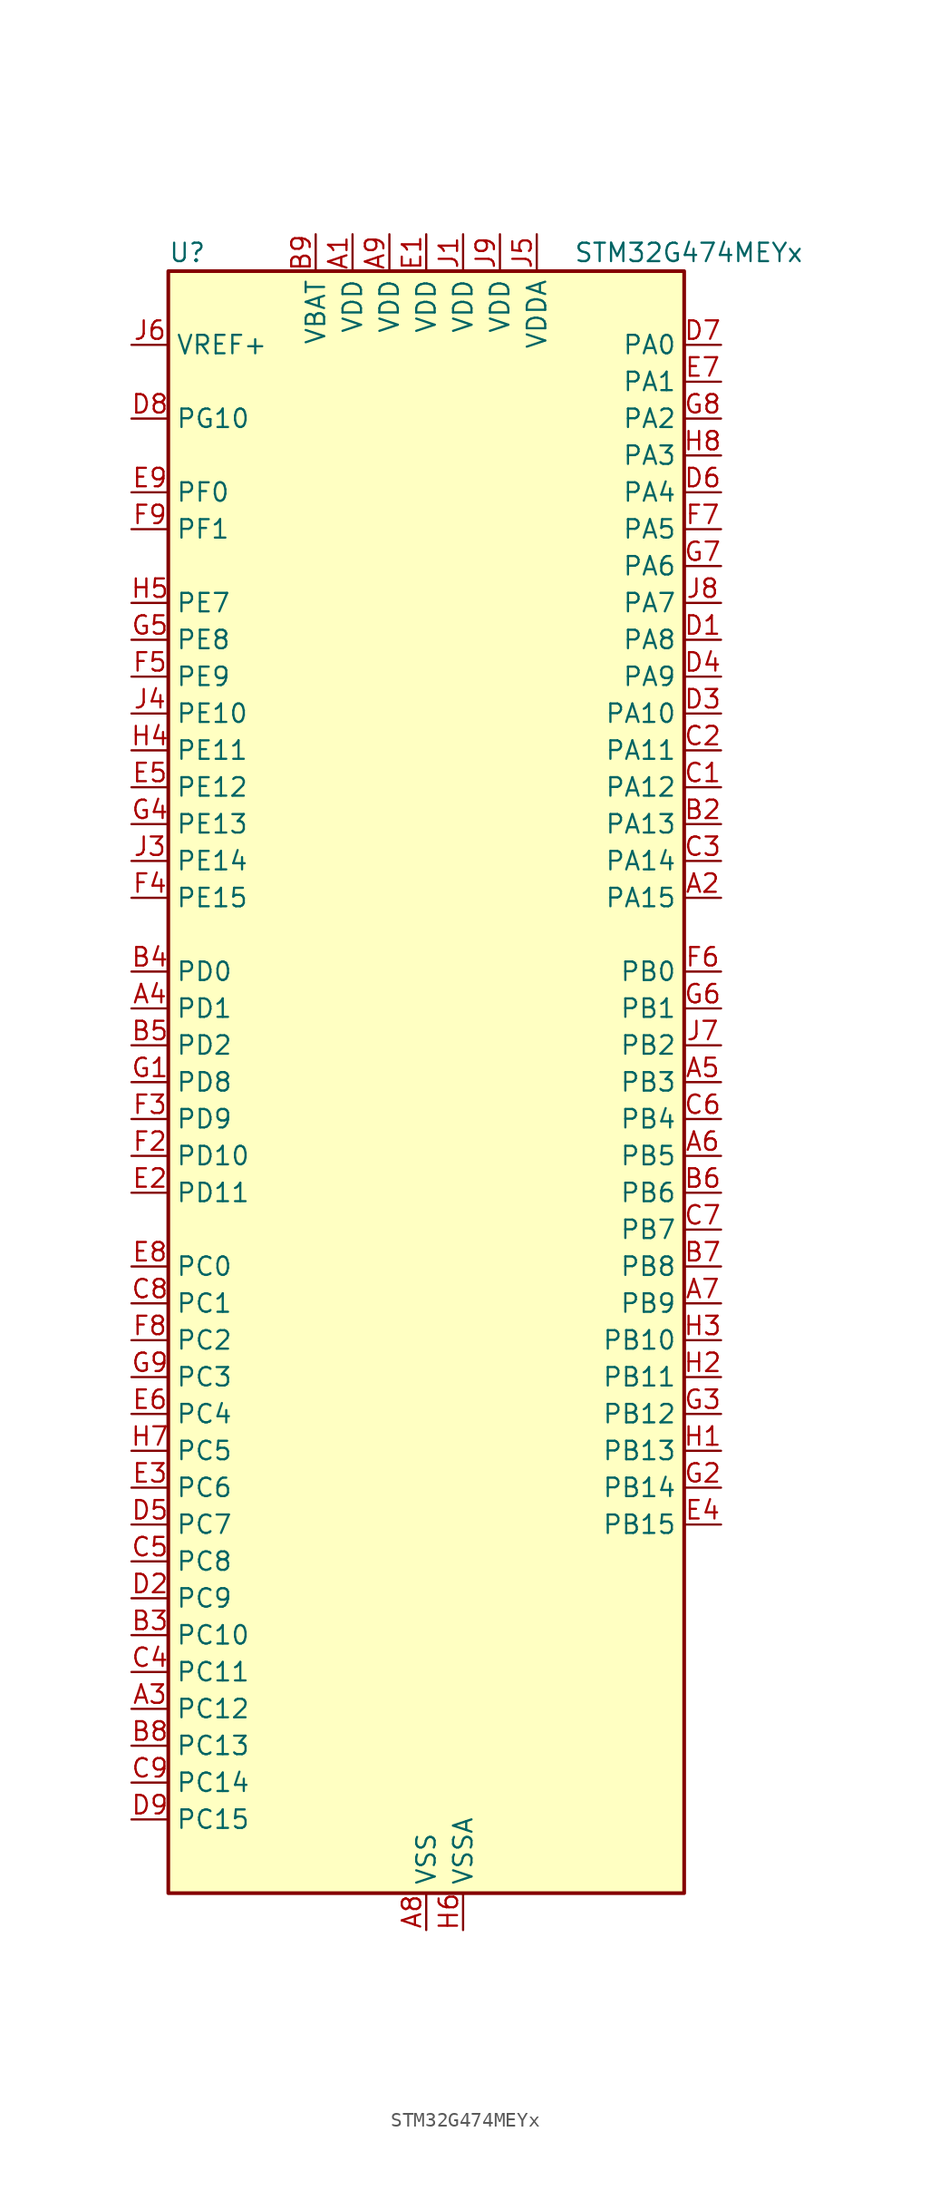
<source format=kicad_sym>
(kicad_symbol_lib
  (version 20241209)
  (generator "kicad_symbol_editor")
  (generator_version "9.0")
  (symbol "STM32G474MEYx"
    (property "Reference" "U"
      (at -17.78 57.15 0)
      (effects (font (size 1.27 1.27)) (justify left)))
    (property "Value" "STM32G474MEYx"
      (at 10.16 57.15 0)
      (effects (font (size 1.27 1.27)) (justify left)))
    (symbol "STM32G474MEYx_0_1"
      (rectangle (start -17.78 -55.88) (end 17.78 55.88) (stroke (width 0.254) (type default)) (fill (type background))))
    (symbol "STM32G474MEYx_1_1"
      (pin input line (at -20.32 50.8 0) (length 2.54) (name "VREF+" (effects (font (size 1.27 1.27)))) (number "J6" (effects (font (size 1.27 1.27)))) (alternate "VREFBUF_OUT" bidirectional line))
      (pin bidirectional line (at -20.32 45.72 0) (length 2.54) (name "PG10" (effects (font (size 1.27 1.27)))) (number "D8" (effects (font (size 1.27 1.27)))) (alternate "DAC1_EXTI10" bidirectional line) (alternate "DAC2_EXTI10" bidirectional line) (alternate "DAC3_EXTI10" bidirectional line) (alternate "DAC4_EXTI10" bidirectional line) (alternate "RCC_MCO" bidirectional line))
      (pin bidirectional line (at -20.32 40.64 0) (length 2.54) (name "PF0" (effects (font (size 1.27 1.27)))) (number "E9" (effects (font (size 1.27 1.27)))) (alternate "ADC1_IN10" bidirectional line) (alternate "I2C2_SDA" bidirectional line) (alternate "I2S2_WS" bidirectional line) (alternate "RCC_OSC_IN" bidirectional line) (alternate "SPI2_NSS" bidirectional line) (alternate "TIM1_CH3N" bidirectional line))
      (pin bidirectional line (at -20.32 38.1 0) (length 2.54) (name "PF1" (effects (font (size 1.27 1.27)))) (number "F9" (effects (font (size 1.27 1.27)))) (alternate "ADC2_IN10" bidirectional line) (alternate "COMP3_INM" bidirectional line) (alternate "I2S2_CK" bidirectional line) (alternate "RCC_OSC_OUT" bidirectional line) (alternate "SPI2_SCK" bidirectional line))
      (pin bidirectional line (at -20.32 33.02 0) (length 2.54) (name "PE7" (effects (font (size 1.27 1.27)))) (number "H5" (effects (font (size 1.27 1.27)))) (alternate "ADC3_IN4" bidirectional line) (alternate "COMP4_INP" bidirectional line) (alternate "SAI1_SD_B" bidirectional line) (alternate "TIM1_ETR" bidirectional line))
      (pin bidirectional line (at -20.32 30.48 0) (length 2.54) (name "PE8" (effects (font (size 1.27 1.27)))) (number "G5" (effects (font (size 1.27 1.27)))) (alternate "ADC3_IN6" bidirectional line) (alternate "ADC4_IN6" bidirectional line) (alternate "ADC5_IN6" bidirectional line) (alternate "COMP4_INM" bidirectional line) (alternate "SAI1_SCK_B" bidirectional line) (alternate "TIM1_CH1N" bidirectional line) (alternate "TIM5_CH3" bidirectional line))
      (pin bidirectional line (at -20.32 27.94 0) (length 2.54) (name "PE9" (effects (font (size 1.27 1.27)))) (number "F5" (effects (font (size 1.27 1.27)))) (alternate "ADC3_IN2" bidirectional line) (alternate "DAC1_EXTI9" bidirectional line) (alternate "DAC2_EXTI9" bidirectional line) (alternate "DAC3_EXTI9" bidirectional line) (alternate "DAC4_EXTI9" bidirectional line) (alternate "SAI1_FS_B" bidirectional line) (alternate "TIM1_CH1" bidirectional line) (alternate "TIM5_CH4" bidirectional line))
      (pin bidirectional line (at -20.32 25.4 0) (length 2.54) (name "PE10" (effects (font (size 1.27 1.27)))) (number "J4" (effects (font (size 1.27 1.27)))) (alternate "ADC3_IN14" bidirectional line) (alternate "ADC4_IN14" bidirectional line) (alternate "ADC5_IN14" bidirectional line) (alternate "DAC1_EXTI10" bidirectional line) (alternate "DAC2_EXTI10" bidirectional line) (alternate "DAC3_EXTI10" bidirectional line) (alternate "DAC4_EXTI10" bidirectional line) (alternate "QUADSPI1_CLK" bidirectional line) (alternate "SAI1_MCLK_B" bidirectional line) (alternate "TIM1_CH2N" bidirectional line))
      (pin bidirectional line (at -20.32 22.86 0) (length 2.54) (name "PE11" (effects (font (size 1.27 1.27)))) (number "H4" (effects (font (size 1.27 1.27)))) (alternate "ADC1_EXTI11" bidirectional line) (alternate "ADC2_EXTI11" bidirectional line) (alternate "ADC3_IN15" bidirectional line) (alternate "ADC4_IN15" bidirectional line) (alternate "ADC5_IN15" bidirectional line) (alternate "QUADSPI1_BK1_NCS" bidirectional line) (alternate "SPI4_NSS" bidirectional line) (alternate "TIM1_CH2" bidirectional line))
      (pin bidirectional line (at -20.32 20.32 0) (length 2.54) (name "PE12" (effects (font (size 1.27 1.27)))) (number "E5" (effects (font (size 1.27 1.27)))) (alternate "ADC3_IN16" bidirectional line) (alternate "ADC4_IN16" bidirectional line) (alternate "ADC5_IN16" bidirectional line) (alternate "QUADSPI1_BK1_IO0" bidirectional line) (alternate "SPI4_SCK" bidirectional line) (alternate "TIM1_CH3N" bidirectional line))
      (pin bidirectional line (at -20.32 17.78 0) (length 2.54) (name "PE13" (effects (font (size 1.27 1.27)))) (number "G4" (effects (font (size 1.27 1.27)))) (alternate "ADC3_IN3" bidirectional line) (alternate "QUADSPI1_BK1_IO1" bidirectional line) (alternate "SPI4_MISO" bidirectional line) (alternate "TIM1_CH3" bidirectional line))
      (pin bidirectional line (at -20.32 15.24 0) (length 2.54) (name "PE14" (effects (font (size 1.27 1.27)))) (number "J3" (effects (font (size 1.27 1.27)))) (alternate "ADC4_IN1" bidirectional line) (alternate "QUADSPI1_BK1_IO2" bidirectional line) (alternate "SPI4_MOSI" bidirectional line) (alternate "TIM1_BKIN2" bidirectional line) (alternate "TIM1_CH4" bidirectional line))
      (pin bidirectional line (at -20.32 12.7 0) (length 2.54) (name "PE15" (effects (font (size 1.27 1.27)))) (number "F4" (effects (font (size 1.27 1.27)))) (alternate "ADC1_EXTI15" bidirectional line) (alternate "ADC2_EXTI15" bidirectional line) (alternate "ADC4_IN2" bidirectional line) (alternate "QUADSPI1_BK1_IO3" bidirectional line) (alternate "TIM1_BKIN" bidirectional line) (alternate "TIM1_CH4N" bidirectional line) (alternate "USART3_RX" bidirectional line))
      (pin bidirectional line (at -20.32 7.62 0) (length 2.54) (name "PD0" (effects (font (size 1.27 1.27)))) (number "B4" (effects (font (size 1.27 1.27)))) (alternate "FDCAN1_RX" bidirectional line) (alternate "TIM8_CH4N" bidirectional line))
      (pin bidirectional line (at -20.32 5.08 0) (length 2.54) (name "PD1" (effects (font (size 1.27 1.27)))) (number "A4" (effects (font (size 1.27 1.27)))) (alternate "FDCAN1_TX" bidirectional line) (alternate "TIM8_BKIN2" bidirectional line) (alternate "TIM8_CH4" bidirectional line))
      (pin bidirectional line (at -20.32 2.54 0) (length 2.54) (name "PD2" (effects (font (size 1.27 1.27)))) (number "B5" (effects (font (size 1.27 1.27)))) (alternate "ADC3_EXTI2" bidirectional line) (alternate "ADC4_EXTI2" bidirectional line) (alternate "ADC5_EXTI2" bidirectional line) (alternate "TIM3_ETR" bidirectional line) (alternate "TIM8_BKIN" bidirectional line) (alternate "UART5_RX" bidirectional line))
      (pin bidirectional line (at -20.32 0 0) (length 2.54) (name "PD8" (effects (font (size 1.27 1.27)))) (number "G1" (effects (font (size 1.27 1.27)))) (alternate "ADC4_IN12" bidirectional line) (alternate "ADC5_IN12" bidirectional line) (alternate "OPAMP4_VINM" bidirectional line) (alternate "OPAMP4_VINM1" bidirectional line) (alternate "OPAMP4_VINM_SEC" bidirectional line) (alternate "USART3_TX" bidirectional line))
      (pin bidirectional line (at -20.32 -2.54 0) (length 2.54) (name "PD9" (effects (font (size 1.27 1.27)))) (number "F3" (effects (font (size 1.27 1.27)))) (alternate "ADC4_IN13" bidirectional line) (alternate "ADC5_IN13" bidirectional line) (alternate "DAC1_EXTI9" bidirectional line) (alternate "DAC2_EXTI9" bidirectional line) (alternate "DAC3_EXTI9" bidirectional line) (alternate "DAC4_EXTI9" bidirectional line) (alternate "OPAMP6_VINP" bidirectional line) (alternate "OPAMP6_VINP_SEC" bidirectional line) (alternate "USART3_RX" bidirectional line))
      (pin bidirectional line (at -20.32 -5.08 0) (length 2.54) (name "PD10" (effects (font (size 1.27 1.27)))) (number "F2" (effects (font (size 1.27 1.27)))) (alternate "ADC3_IN7" bidirectional line) (alternate "ADC4_IN7" bidirectional line) (alternate "ADC5_IN7" bidirectional line) (alternate "COMP6_INM" bidirectional line) (alternate "DAC1_EXTI10" bidirectional line) (alternate "DAC2_EXTI10" bidirectional line) (alternate "DAC3_EXTI10" bidirectional line) (alternate "DAC4_EXTI10" bidirectional line) (alternate "USART3_CK" bidirectional line))
      (pin bidirectional line (at -20.32 -7.62 0) (length 2.54) (name "PD11" (effects (font (size 1.27 1.27)))) (number "E2" (effects (font (size 1.27 1.27)))) (alternate "ADC1_EXTI11" bidirectional line) (alternate "ADC2_EXTI11" bidirectional line) (alternate "ADC3_IN8" bidirectional line) (alternate "ADC4_IN8" bidirectional line) (alternate "ADC5_IN8" bidirectional line) (alternate "COMP6_INP" bidirectional line) (alternate "I2C4_SMBA" bidirectional line) (alternate "OPAMP4_VINP" bidirectional line) (alternate "OPAMP4_VINP_SEC" bidirectional line) (alternate "TIM5_ETR" bidirectional line) (alternate "USART3_CTS" bidirectional line) (alternate "USART3_NSS" bidirectional line))
      (pin bidirectional line (at -20.32 -12.7 0) (length 2.54) (name "PC0" (effects (font (size 1.27 1.27)))) (number "E8" (effects (font (size 1.27 1.27)))) (alternate "ADC1_IN6" bidirectional line) (alternate "ADC2_IN6" bidirectional line) (alternate "COMP3_INM" bidirectional line) (alternate "LPTIM1_IN1" bidirectional line) (alternate "LPUART1_RX" bidirectional line) (alternate "TIM1_CH1" bidirectional line))
      (pin bidirectional line (at -20.32 -15.24 0) (length 2.54) (name "PC1" (effects (font (size 1.27 1.27)))) (number "C8" (effects (font (size 1.27 1.27)))) (alternate "ADC1_IN7" bidirectional line) (alternate "ADC2_IN7" bidirectional line) (alternate "COMP3_INP" bidirectional line) (alternate "LPTIM1_OUT" bidirectional line) (alternate "LPUART1_TX" bidirectional line) (alternate "QUADSPI1_BK2_IO0" bidirectional line) (alternate "SAI1_SD_A" bidirectional line) (alternate "TIM1_CH2" bidirectional line))
      (pin bidirectional line (at -20.32 -17.78 0) (length 2.54) (name "PC2" (effects (font (size 1.27 1.27)))) (number "F8" (effects (font (size 1.27 1.27)))) (alternate "ADC1_IN8" bidirectional line) (alternate "ADC2_IN8" bidirectional line) (alternate "ADC3_EXTI2" bidirectional line) (alternate "ADC4_EXTI2" bidirectional line) (alternate "ADC5_EXTI2" bidirectional line) (alternate "COMP3_OUT" bidirectional line) (alternate "LPTIM1_IN2" bidirectional line) (alternate "QUADSPI1_BK2_IO1" bidirectional line) (alternate "TIM1_CH3" bidirectional line) (alternate "TIM20_CH2" bidirectional line))
      (pin bidirectional line (at -20.32 -20.32 0) (length 2.54) (name "PC3" (effects (font (size 1.27 1.27)))) (number "G9" (effects (font (size 1.27 1.27)))) (alternate "ADC1_IN9" bidirectional line) (alternate "ADC2_IN9" bidirectional line) (alternate "ADC3_EXTI3" bidirectional line) (alternate "ADC4_EXTI3" bidirectional line) (alternate "ADC5_EXTI3" bidirectional line) (alternate "LPTIM1_ETR" bidirectional line) (alternate "OPAMP5_VINP" bidirectional line) (alternate "OPAMP5_VINP_SEC" bidirectional line) (alternate "QUADSPI1_BK2_IO2" bidirectional line) (alternate "SAI1_D1" bidirectional line) (alternate "SAI1_SD_A" bidirectional line) (alternate "TIM1_BKIN2" bidirectional line) (alternate "TIM1_CH4" bidirectional line))
      (pin bidirectional line (at -20.32 -22.86 0) (length 2.54) (name "PC4" (effects (font (size 1.27 1.27)))) (number "E6" (effects (font (size 1.27 1.27)))) (alternate "ADC2_IN5" bidirectional line) (alternate "I2C2_SCL" bidirectional line) (alternate "QUADSPI1_BK2_IO3" bidirectional line) (alternate "TIM1_ETR" bidirectional line) (alternate "USART1_TX" bidirectional line))
      (pin bidirectional line (at -20.32 -25.4 0) (length 2.54) (name "PC5" (effects (font (size 1.27 1.27)))) (number "H7" (effects (font (size 1.27 1.27)))) (alternate "ADC2_IN11" bidirectional line) (alternate "HRTIM1_EEV10" bidirectional line) (alternate "OPAMP1_VINM" bidirectional line) (alternate "OPAMP1_VINM1" bidirectional line) (alternate "OPAMP1_VINM_SEC" bidirectional line) (alternate "OPAMP2_VINM" bidirectional line) (alternate "OPAMP2_VINM1" bidirectional line) (alternate "OPAMP2_VINM_SEC" bidirectional line) (alternate "SAI1_D3" bidirectional line) (alternate "SYS_WKUP5" bidirectional line) (alternate "TIM15_BKIN" bidirectional line) (alternate "TIM1_CH4N" bidirectional line) (alternate "USART1_RX" bidirectional line))
      (pin bidirectional line (at -20.32 -27.94 0) (length 2.54) (name "PC6" (effects (font (size 1.27 1.27)))) (number "E3" (effects (font (size 1.27 1.27)))) (alternate "COMP6_OUT" bidirectional line) (alternate "HRTIM1_CHF1" bidirectional line) (alternate "HRTIM1_EEV10" bidirectional line) (alternate "I2C4_SCL" bidirectional line) (alternate "I2S2_MCK" bidirectional line) (alternate "TIM3_CH1" bidirectional line) (alternate "TIM8_CH1" bidirectional line))
      (pin bidirectional line (at -20.32 -30.48 0) (length 2.54) (name "PC7" (effects (font (size 1.27 1.27)))) (number "D5" (effects (font (size 1.27 1.27)))) (alternate "COMP5_OUT" bidirectional line) (alternate "HRTIM1_CHF2" bidirectional line) (alternate "HRTIM1_FLT5" bidirectional line) (alternate "I2C4_SDA" bidirectional line) (alternate "I2S3_MCK" bidirectional line) (alternate "TIM3_CH2" bidirectional line) (alternate "TIM8_CH2" bidirectional line))
      (pin bidirectional line (at -20.32 -33.02 0) (length 2.54) (name "PC8" (effects (font (size 1.27 1.27)))) (number "C5" (effects (font (size 1.27 1.27)))) (alternate "COMP7_OUT" bidirectional line) (alternate "HRTIM1_CHE1" bidirectional line) (alternate "I2C3_SCL" bidirectional line) (alternate "TIM20_CH3" bidirectional line) (alternate "TIM3_CH3" bidirectional line) (alternate "TIM8_CH3" bidirectional line))
      (pin bidirectional line (at -20.32 -35.56 0) (length 2.54) (name "PC9" (effects (font (size 1.27 1.27)))) (number "D2" (effects (font (size 1.27 1.27)))) (alternate "DAC1_EXTI9" bidirectional line) (alternate "DAC2_EXTI9" bidirectional line) (alternate "DAC3_EXTI9" bidirectional line) (alternate "DAC4_EXTI9" bidirectional line) (alternate "HRTIM1_CHE2" bidirectional line) (alternate "I2C3_SDA" bidirectional line) (alternate "I2S_CKIN" bidirectional line) (alternate "TIM3_CH4" bidirectional line) (alternate "TIM8_BKIN2" bidirectional line) (alternate "TIM8_CH4" bidirectional line))
      (pin bidirectional line (at -20.32 -38.1 0) (length 2.54) (name "PC10" (effects (font (size 1.27 1.27)))) (number "B3" (effects (font (size 1.27 1.27)))) (alternate "DAC1_EXTI10" bidirectional line) (alternate "DAC2_EXTI10" bidirectional line) (alternate "DAC3_EXTI10" bidirectional line) (alternate "DAC4_EXTI10" bidirectional line) (alternate "HRTIM1_FLT6" bidirectional line) (alternate "I2S3_CK" bidirectional line) (alternate "SPI3_SCK" bidirectional line) (alternate "TIM8_CH1N" bidirectional line) (alternate "UART4_TX" bidirectional line) (alternate "USART3_TX" bidirectional line))
      (pin bidirectional line (at -20.32 -40.64 0) (length 2.54) (name "PC11" (effects (font (size 1.27 1.27)))) (number "C4" (effects (font (size 1.27 1.27)))) (alternate "ADC1_EXTI11" bidirectional line) (alternate "ADC2_EXTI11" bidirectional line) (alternate "HRTIM1_EEV2" bidirectional line) (alternate "I2C3_SDA" bidirectional line) (alternate "SPI3_MISO" bidirectional line) (alternate "TIM8_CH2N" bidirectional line) (alternate "UART4_RX" bidirectional line) (alternate "USART3_RX" bidirectional line))
      (pin bidirectional line (at -20.32 -43.18 0) (length 2.54) (name "PC12" (effects (font (size 1.27 1.27)))) (number "A3" (effects (font (size 1.27 1.27)))) (alternate "HRTIM1_EEV1" bidirectional line) (alternate "I2S3_SD" bidirectional line) (alternate "SPI3_MOSI" bidirectional line) (alternate "TIM5_CH2" bidirectional line) (alternate "TIM8_CH3N" bidirectional line) (alternate "UART5_TX" bidirectional line) (alternate "UCPD1_FRSTX1" bidirectional line) (alternate "UCPD1_FRSTX2" bidirectional line) (alternate "USART3_CK" bidirectional line))
      (pin bidirectional line (at -20.32 -45.72 0) (length 2.54) (name "PC13" (effects (font (size 1.27 1.27)))) (number "B8" (effects (font (size 1.27 1.27)))) (alternate "RTC_OUT1" bidirectional line) (alternate "RTC_TAMP1" bidirectional line) (alternate "RTC_TS" bidirectional line) (alternate "SYS_WKUP2" bidirectional line) (alternate "TIM1_BKIN" bidirectional line) (alternate "TIM1_CH1N" bidirectional line) (alternate "TIM8_CH4N" bidirectional line))
      (pin bidirectional line (at -20.32 -48.26 0) (length 2.54) (name "PC14" (effects (font (size 1.27 1.27)))) (number "C9" (effects (font (size 1.27 1.27)))) (alternate "RCC_OSC32_IN" bidirectional line))
      (pin bidirectional line (at -20.32 -50.8 0) (length 2.54) (name "PC15" (effects (font (size 1.27 1.27)))) (number "D9" (effects (font (size 1.27 1.27)))) (alternate "ADC1_EXTI15" bidirectional line) (alternate "ADC2_EXTI15" bidirectional line) (alternate "RCC_OSC32_OUT" bidirectional line))
      (pin power_in line (at -7.62 58.42 270) (length 2.54) (name "VBAT" (effects (font (size 1.27 1.27)))) (number "B9" (effects (font (size 1.27 1.27)))))
      (pin power_in line (at -5.08 58.42 270) (length 2.54) (name "VDD" (effects (font (size 1.27 1.27)))) (number "A1" (effects (font (size 1.27 1.27)))))
      (pin power_in line (at -2.54 58.42 270) (length 2.54) (name "VDD" (effects (font (size 1.27 1.27)))) (number "A9" (effects (font (size 1.27 1.27)))))
      (pin power_in line (at 0 58.42 270) (length 2.54) (name "VDD" (effects (font (size 1.27 1.27)))) (number "E1" (effects (font (size 1.27 1.27)))))
      (pin power_in line (at 0 -58.42 90) (length 2.54) (name "VSS" (effects (font (size 1.27 1.27)))) (number "A8" (effects (font (size 1.27 1.27)))))
      (pin passive line (at 0 -58.42 90) (length 2.54) (hide yes) (name "VSS" (effects (font (size 1.27 1.27)))) (number "B1" (effects (font (size 1.27 1.27)))))
      (pin passive line (at 0 -58.42 90) (length 2.54) (hide yes) (name "VSS" (effects (font (size 1.27 1.27)))) (number "F1" (effects (font (size 1.27 1.27)))))
      (pin passive line (at 0 -58.42 90) (length 2.54) (hide yes) (name "VSS" (effects (font (size 1.27 1.27)))) (number "H9" (effects (font (size 1.27 1.27)))))
      (pin passive line (at 0 -58.42 90) (length 2.54) (hide yes) (name "VSS" (effects (font (size 1.27 1.27)))) (number "J2" (effects (font (size 1.27 1.27)))))
      (pin power_in line (at 2.54 58.42 270) (length 2.54) (name "VDD" (effects (font (size 1.27 1.27)))) (number "J1" (effects (font (size 1.27 1.27)))))
      (pin power_in line (at 2.54 -58.42 90) (length 2.54) (name "VSSA" (effects (font (size 1.27 1.27)))) (number "H6" (effects (font (size 1.27 1.27)))))
      (pin power_in line (at 5.08 58.42 270) (length 2.54) (name "VDD" (effects (font (size 1.27 1.27)))) (number "J9" (effects (font (size 1.27 1.27)))))
      (pin power_in line (at 7.62 58.42 270) (length 2.54) (name "VDDA" (effects (font (size 1.27 1.27)))) (number "J5" (effects (font (size 1.27 1.27)))))
      (pin bidirectional line (at 20.32 50.8 180) (length 2.54) (name "PA0" (effects (font (size 1.27 1.27)))) (number "D7" (effects (font (size 1.27 1.27)))) (alternate "ADC1_IN1" bidirectional line) (alternate "ADC2_IN1" bidirectional line) (alternate "COMP1_INM" bidirectional line) (alternate "COMP1_OUT" bidirectional line) (alternate "COMP3_INP" bidirectional line) (alternate "RTC_TAMP2" bidirectional line) (alternate "SYS_WKUP1" bidirectional line) (alternate "TIM2_CH1" bidirectional line) (alternate "TIM2_ETR" bidirectional line) (alternate "TIM5_CH1" bidirectional line) (alternate "TIM8_BKIN" bidirectional line) (alternate "TIM8_ETR" bidirectional line) (alternate "USART2_CTS" bidirectional line) (alternate "USART2_NSS" bidirectional line))
      (pin bidirectional line (at 20.32 48.26 180) (length 2.54) (name "PA1" (effects (font (size 1.27 1.27)))) (number "E7" (effects (font (size 1.27 1.27)))) (alternate "ADC1_IN2" bidirectional line) (alternate "ADC2_IN2" bidirectional line) (alternate "COMP1_INP" bidirectional line) (alternate "OPAMP1_VINP" bidirectional line) (alternate "OPAMP1_VINP_SEC" bidirectional line) (alternate "OPAMP3_VINP" bidirectional line) (alternate "OPAMP3_VINP_SEC" bidirectional line) (alternate "OPAMP6_VINM" bidirectional line) (alternate "OPAMP6_VINM0" bidirectional line) (alternate "OPAMP6_VINM_SEC" bidirectional line) (alternate "RTC_REFIN" bidirectional line) (alternate "TIM15_CH1N" bidirectional line) (alternate "TIM2_CH2" bidirectional line) (alternate "TIM5_CH2" bidirectional line) (alternate "USART2_DE" bidirectional line) (alternate "USART2_RTS" bidirectional line))
      (pin bidirectional line (at 20.32 45.72 180) (length 2.54) (name "PA2" (effects (font (size 1.27 1.27)))) (number "G8" (effects (font (size 1.27 1.27)))) (alternate "ADC1_IN3" bidirectional line) (alternate "ADC3_EXTI2" bidirectional line) (alternate "ADC4_EXTI2" bidirectional line) (alternate "ADC5_EXTI2" bidirectional line) (alternate "COMP2_INM" bidirectional line) (alternate "COMP2_OUT" bidirectional line) (alternate "LPUART1_TX" bidirectional line) (alternate "OPAMP1_VOUT" bidirectional line) (alternate "QUADSPI1_BK1_NCS" bidirectional line) (alternate "RCC_LSCO" bidirectional line) (alternate "SYS_WKUP4" bidirectional line) (alternate "TIM15_CH1" bidirectional line) (alternate "TIM2_CH3" bidirectional line) (alternate "TIM5_CH3" bidirectional line) (alternate "UCPD1_FRSTX1" bidirectional line) (alternate "UCPD1_FRSTX2" bidirectional line) (alternate "USART2_TX" bidirectional line))
      (pin bidirectional line (at 20.32 43.18 180) (length 2.54) (name "PA3" (effects (font (size 1.27 1.27)))) (number "H8" (effects (font (size 1.27 1.27)))) (alternate "ADC1_IN4" bidirectional line) (alternate "ADC3_EXTI3" bidirectional line) (alternate "ADC4_EXTI3" bidirectional line) (alternate "ADC5_EXTI3" bidirectional line) (alternate "COMP2_INP" bidirectional line) (alternate "LPUART1_RX" bidirectional line) (alternate "OPAMP1_VINM" bidirectional line) (alternate "OPAMP1_VINM0" bidirectional line) (alternate "OPAMP1_VINM_SEC" bidirectional line) (alternate "OPAMP1_VINP" bidirectional line) (alternate "OPAMP1_VINP_SEC" bidirectional line) (alternate "OPAMP5_VINM" bidirectional line) (alternate "OPAMP5_VINM1" bidirectional line) (alternate "OPAMP5_VINM_SEC" bidirectional line) (alternate "QUADSPI1_CLK" bidirectional line) (alternate "SAI1_CK1" bidirectional line) (alternate "SAI1_MCLK_A" bidirectional line) (alternate "TIM15_CH2" bidirectional line) (alternate "TIM2_CH4" bidirectional line) (alternate "TIM5_CH4" bidirectional line) (alternate "USART2_RX" bidirectional line))
      (pin bidirectional line (at 20.32 40.64 180) (length 2.54) (name "PA4" (effects (font (size 1.27 1.27)))) (number "D6" (effects (font (size 1.27 1.27)))) (alternate "ADC2_IN17" bidirectional line) (alternate "COMP1_INM" bidirectional line) (alternate "DAC1_OUT1" bidirectional line) (alternate "I2S3_WS" bidirectional line) (alternate "SAI1_FS_B" bidirectional line) (alternate "SPI1_NSS" bidirectional line) (alternate "SPI3_NSS" bidirectional line) (alternate "TIM3_CH2" bidirectional line) (alternate "USART2_CK" bidirectional line))
      (pin bidirectional line (at 20.32 38.1 180) (length 2.54) (name "PA5" (effects (font (size 1.27 1.27)))) (number "F7" (effects (font (size 1.27 1.27)))) (alternate "ADC2_IN13" bidirectional line) (alternate "COMP2_INM" bidirectional line) (alternate "DAC1_OUT2" bidirectional line) (alternate "OPAMP2_VINM" bidirectional line) (alternate "OPAMP2_VINM0" bidirectional line) (alternate "OPAMP2_VINM_SEC" bidirectional line) (alternate "SPI1_SCK" bidirectional line) (alternate "TIM2_CH1" bidirectional line) (alternate "TIM2_ETR" bidirectional line) (alternate "UCPD1_FRSTX1" bidirectional line) (alternate "UCPD1_FRSTX2" bidirectional line))
      (pin bidirectional line (at 20.32 35.56 180) (length 2.54) (name "PA6" (effects (font (size 1.27 1.27)))) (number "G7" (effects (font (size 1.27 1.27)))) (alternate "ADC2_IN3" bidirectional line) (alternate "COMP1_OUT" bidirectional line) (alternate "DAC2_OUT1" bidirectional line) (alternate "LPUART1_CTS" bidirectional line) (alternate "OPAMP2_VOUT" bidirectional line) (alternate "QUADSPI1_BK1_IO3" bidirectional line) (alternate "SPI1_MISO" bidirectional line) (alternate "TIM16_CH1" bidirectional line) (alternate "TIM1_BKIN" bidirectional line) (alternate "TIM3_CH1" bidirectional line) (alternate "TIM8_BKIN" bidirectional line))
      (pin bidirectional line (at 20.32 33.02 180) (length 2.54) (name "PA7" (effects (font (size 1.27 1.27)))) (number "J8" (effects (font (size 1.27 1.27)))) (alternate "ADC2_IN4" bidirectional line) (alternate "COMP2_INP" bidirectional line) (alternate "COMP2_OUT" bidirectional line) (alternate "OPAMP1_VINP" bidirectional line) (alternate "OPAMP1_VINP_SEC" bidirectional line) (alternate "OPAMP2_VINP" bidirectional line) (alternate "OPAMP2_VINP_SEC" bidirectional line) (alternate "QUADSPI1_BK1_IO2" bidirectional line) (alternate "SPI1_MOSI" bidirectional line) (alternate "TIM17_CH1" bidirectional line) (alternate "TIM1_CH1N" bidirectional line) (alternate "TIM3_CH2" bidirectional line) (alternate "TIM8_CH1N" bidirectional line) (alternate "UCPD1_FRSTX1" bidirectional line) (alternate "UCPD1_FRSTX2" bidirectional line))
      (pin bidirectional line (at 20.32 30.48 180) (length 2.54) (name "PA8" (effects (font (size 1.27 1.27)))) (number "D1" (effects (font (size 1.27 1.27)))) (alternate "ADC5_IN1" bidirectional line) (alternate "COMP7_OUT" bidirectional line) (alternate "FDCAN3_RX" bidirectional line) (alternate "HRTIM1_CHA1" bidirectional line) (alternate "I2C2_SDA" bidirectional line) (alternate "I2C3_SCL" bidirectional line) (alternate "I2S2_MCK" bidirectional line) (alternate "OPAMP5_VOUT" bidirectional line) (alternate "RCC_MCO" bidirectional line) (alternate "SAI1_CK2" bidirectional line) (alternate "SAI1_SCK_A" bidirectional line) (alternate "TIM1_CH1" bidirectional line) (alternate "TIM4_ETR" bidirectional line) (alternate "USART1_CK" bidirectional line))
      (pin bidirectional line (at 20.32 27.94 180) (length 2.54) (name "PA9" (effects (font (size 1.27 1.27)))) (number "D4" (effects (font (size 1.27 1.27)))) (alternate "ADC5_IN2" bidirectional line) (alternate "COMP5_OUT" bidirectional line) (alternate "DAC1_EXTI9" bidirectional line) (alternate "DAC2_EXTI9" bidirectional line) (alternate "DAC3_EXTI9" bidirectional line) (alternate "DAC4_EXTI9" bidirectional line) (alternate "HRTIM1_CHA2" bidirectional line) (alternate "I2C2_SCL" bidirectional line) (alternate "I2C3_SMBA" bidirectional line) (alternate "I2S3_MCK" bidirectional line) (alternate "SAI1_FS_A" bidirectional line) (alternate "TIM15_BKIN" bidirectional line) (alternate "TIM1_CH2" bidirectional line) (alternate "TIM2_CH3" bidirectional line) (alternate "UCPD1_DBCC1" bidirectional line) (alternate "USART1_TX" bidirectional line))
      (pin bidirectional line (at 20.32 25.4 180) (length 2.54) (name "PA10" (effects (font (size 1.27 1.27)))) (number "D3" (effects (font (size 1.27 1.27)))) (alternate "COMP6_OUT" bidirectional line) (alternate "CRS_SYNC" bidirectional line) (alternate "DAC1_EXTI10" bidirectional line) (alternate "DAC2_EXTI10" bidirectional line) (alternate "DAC3_EXTI10" bidirectional line) (alternate "DAC4_EXTI10" bidirectional line) (alternate "HRTIM1_CHB1" bidirectional line) (alternate "I2C2_SMBA" bidirectional line) (alternate "SAI1_D1" bidirectional line) (alternate "SAI1_SD_A" bidirectional line) (alternate "SPI2_MISO" bidirectional line) (alternate "TIM17_BKIN" bidirectional line) (alternate "TIM1_CH3" bidirectional line) (alternate "TIM2_CH4" bidirectional line) (alternate "TIM8_BKIN" bidirectional line) (alternate "UCPD1_DBCC2" bidirectional line) (alternate "USART1_RX" bidirectional line))
      (pin bidirectional line (at 20.32 22.86 180) (length 2.54) (name "PA11" (effects (font (size 1.27 1.27)))) (number "C2" (effects (font (size 1.27 1.27)))) (alternate "ADC1_EXTI11" bidirectional line) (alternate "ADC2_EXTI11" bidirectional line) (alternate "COMP1_OUT" bidirectional line) (alternate "FDCAN1_RX" bidirectional line) (alternate "HRTIM1_CHB2" bidirectional line) (alternate "I2S2_SD" bidirectional line) (alternate "SPI2_MOSI" bidirectional line) (alternate "TIM1_BKIN2" bidirectional line) (alternate "TIM1_CH1N" bidirectional line) (alternate "TIM1_CH4" bidirectional line) (alternate "TIM4_CH1" bidirectional line) (alternate "USART1_CTS" bidirectional line) (alternate "USART1_NSS" bidirectional line) (alternate "USB_DM" bidirectional line))
      (pin bidirectional line (at 20.32 20.32 180) (length 2.54) (name "PA12" (effects (font (size 1.27 1.27)))) (number "C1" (effects (font (size 1.27 1.27)))) (alternate "COMP2_OUT" bidirectional line) (alternate "FDCAN1_TX" bidirectional line) (alternate "HRTIM1_FLT1" bidirectional line) (alternate "I2S_CKIN" bidirectional line) (alternate "TIM16_CH1" bidirectional line) (alternate "TIM1_CH2N" bidirectional line) (alternate "TIM1_ETR" bidirectional line) (alternate "TIM4_CH2" bidirectional line) (alternate "USART1_DE" bidirectional line) (alternate "USART1_RTS" bidirectional line) (alternate "USB_DP" bidirectional line))
      (pin bidirectional line (at 20.32 17.78 180) (length 2.54) (name "PA13" (effects (font (size 1.27 1.27)))) (number "B2" (effects (font (size 1.27 1.27)))) (alternate "I2C1_SCL" bidirectional line) (alternate "I2C4_SCL" bidirectional line) (alternate "IR_OUT" bidirectional line) (alternate "SAI1_SD_B" bidirectional line) (alternate "SYS_JTMS-SWDIO" bidirectional line) (alternate "TIM16_CH1N" bidirectional line) (alternate "TIM4_CH3" bidirectional line) (alternate "USART3_CTS" bidirectional line) (alternate "USART3_NSS" bidirectional line))
      (pin bidirectional line (at 20.32 15.24 180) (length 2.54) (name "PA14" (effects (font (size 1.27 1.27)))) (number "C3" (effects (font (size 1.27 1.27)))) (alternate "I2C1_SDA" bidirectional line) (alternate "I2C4_SMBA" bidirectional line) (alternate "LPTIM1_OUT" bidirectional line) (alternate "SAI1_FS_B" bidirectional line) (alternate "SYS_JTCK-SWCLK" bidirectional line) (alternate "TIM1_BKIN" bidirectional line) (alternate "TIM8_CH2" bidirectional line) (alternate "USART2_TX" bidirectional line))
      (pin bidirectional line (at 20.32 12.7 180) (length 2.54) (name "PA15" (effects (font (size 1.27 1.27)))) (number "A2" (effects (font (size 1.27 1.27)))) (alternate "ADC1_EXTI15" bidirectional line) (alternate "ADC2_EXTI15" bidirectional line) (alternate "FDCAN3_TX" bidirectional line) (alternate "HRTIM1_FLT2" bidirectional line) (alternate "I2C1_SCL" bidirectional line) (alternate "I2S3_WS" bidirectional line) (alternate "SPI1_NSS" bidirectional line) (alternate "SPI3_NSS" bidirectional line) (alternate "SYS_JTDI" bidirectional line) (alternate "TIM1_BKIN" bidirectional line) (alternate "TIM2_CH1" bidirectional line) (alternate "TIM2_ETR" bidirectional line) (alternate "TIM8_CH1" bidirectional line) (alternate "UART4_DE" bidirectional line) (alternate "UART4_RTS" bidirectional line) (alternate "USART2_RX" bidirectional line))
      (pin bidirectional line (at 20.32 7.62 180) (length 2.54) (name "PB0" (effects (font (size 1.27 1.27)))) (number "F6" (effects (font (size 1.27 1.27)))) (alternate "ADC1_IN15" bidirectional line) (alternate "ADC3_IN12" bidirectional line) (alternate "COMP4_INP" bidirectional line) (alternate "HRTIM1_FLT5" bidirectional line) (alternate "OPAMP2_VINP" bidirectional line) (alternate "OPAMP2_VINP_SEC" bidirectional line) (alternate "OPAMP3_VINP" bidirectional line) (alternate "OPAMP3_VINP_SEC" bidirectional line) (alternate "QUADSPI1_BK1_IO1" bidirectional line) (alternate "TIM1_CH2N" bidirectional line) (alternate "TIM3_CH3" bidirectional line) (alternate "TIM8_CH2N" bidirectional line) (alternate "UCPD1_FRSTX1" bidirectional line) (alternate "UCPD1_FRSTX2" bidirectional line))
      (pin bidirectional line (at 20.32 5.08 180) (length 2.54) (name "PB1" (effects (font (size 1.27 1.27)))) (number "G6" (effects (font (size 1.27 1.27)))) (alternate "ADC1_IN12" bidirectional line) (alternate "ADC3_IN1" bidirectional line) (alternate "COMP1_INP" bidirectional line) (alternate "COMP4_OUT" bidirectional line) (alternate "HRTIM1_SCOUT" bidirectional line) (alternate "LPUART1_DE" bidirectional line) (alternate "LPUART1_RTS" bidirectional line) (alternate "OPAMP3_VOUT" bidirectional line) (alternate "OPAMP6_VINM" bidirectional line) (alternate "OPAMP6_VINM1" bidirectional line) (alternate "OPAMP6_VINM_SEC" bidirectional line) (alternate "QUADSPI1_BK1_IO0" bidirectional line) (alternate "TIM1_CH3N" bidirectional line) (alternate "TIM3_CH4" bidirectional line) (alternate "TIM8_CH3N" bidirectional line))
      (pin bidirectional line (at 20.32 2.54 180) (length 2.54) (name "PB2" (effects (font (size 1.27 1.27)))) (number "J7" (effects (font (size 1.27 1.27)))) (alternate "ADC2_IN12" bidirectional line) (alternate "ADC3_EXTI2" bidirectional line) (alternate "ADC4_EXTI2" bidirectional line) (alternate "ADC5_EXTI2" bidirectional line) (alternate "COMP4_INM" bidirectional line) (alternate "HRTIM1_SCIN" bidirectional line) (alternate "I2C3_SMBA" bidirectional line) (alternate "LPTIM1_OUT" bidirectional line) (alternate "OPAMP3_VINM" bidirectional line) (alternate "OPAMP3_VINM0" bidirectional line) (alternate "OPAMP3_VINM_SEC" bidirectional line) (alternate "QUADSPI1_BK2_IO1" bidirectional line) (alternate "RTC_OUT2" bidirectional line) (alternate "TIM20_CH1" bidirectional line) (alternate "TIM5_CH1" bidirectional line))
      (pin bidirectional line (at 20.32 0 180) (length 2.54) (name "PB3" (effects (font (size 1.27 1.27)))) (number "A5" (effects (font (size 1.27 1.27)))) (alternate "ADC3_EXTI3" bidirectional line) (alternate "ADC4_EXTI3" bidirectional line) (alternate "ADC5_EXTI3" bidirectional line) (alternate "CRS_SYNC" bidirectional line) (alternate "FDCAN3_RX" bidirectional line) (alternate "HRTIM1_EEV9" bidirectional line) (alternate "HRTIM1_SCOUT" bidirectional line) (alternate "I2S3_CK" bidirectional line) (alternate "SAI1_SCK_B" bidirectional line) (alternate "SPI1_SCK" bidirectional line) (alternate "SPI3_SCK" bidirectional line) (alternate "SYS_JTDO-SWO" bidirectional line) (alternate "TIM2_CH2" bidirectional line) (alternate "TIM3_ETR" bidirectional line) (alternate "TIM4_ETR" bidirectional line) (alternate "TIM8_CH1N" bidirectional line) (alternate "USART2_TX" bidirectional line))
      (pin bidirectional line (at 20.32 -2.54 180) (length 2.54) (name "PB4" (effects (font (size 1.27 1.27)))) (number "C6" (effects (font (size 1.27 1.27)))) (alternate "FDCAN3_TX" bidirectional line) (alternate "HRTIM1_EEV7" bidirectional line) (alternate "SAI1_MCLK_B" bidirectional line) (alternate "SPI1_MISO" bidirectional line) (alternate "SPI3_MISO" bidirectional line) (alternate "SYS_JTRST" bidirectional line) (alternate "TIM16_CH1" bidirectional line) (alternate "TIM17_BKIN" bidirectional line) (alternate "TIM3_CH1" bidirectional line) (alternate "TIM8_CH2N" bidirectional line) (alternate "UART5_DE" bidirectional line) (alternate "UART5_RTS" bidirectional line) (alternate "UCPD1_CC2" bidirectional line) (alternate "USART2_RX" bidirectional line))
      (pin bidirectional line (at 20.32 -5.08 180) (length 2.54) (name "PB5" (effects (font (size 1.27 1.27)))) (number "A6" (effects (font (size 1.27 1.27)))) (alternate "FDCAN2_RX" bidirectional line) (alternate "HRTIM1_EEV6" bidirectional line) (alternate "I2C1_SMBA" bidirectional line) (alternate "I2C3_SDA" bidirectional line) (alternate "I2S3_SD" bidirectional line) (alternate "LPTIM1_IN1" bidirectional line) (alternate "SAI1_SD_B" bidirectional line) (alternate "SPI1_MOSI" bidirectional line) (alternate "SPI3_MOSI" bidirectional line) (alternate "TIM16_BKIN" bidirectional line) (alternate "TIM17_CH1" bidirectional line) (alternate "TIM3_CH2" bidirectional line) (alternate "TIM8_CH3N" bidirectional line) (alternate "UART5_CTS" bidirectional line) (alternate "USART2_CK" bidirectional line))
      (pin bidirectional line (at 20.32 -7.62 180) (length 2.54) (name "PB6" (effects (font (size 1.27 1.27)))) (number "B6" (effects (font (size 1.27 1.27)))) (alternate "COMP4_OUT" bidirectional line) (alternate "FDCAN2_TX" bidirectional line) (alternate "HRTIM1_EEV4" bidirectional line) (alternate "HRTIM1_SCIN" bidirectional line) (alternate "LPTIM1_ETR" bidirectional line) (alternate "SAI1_FS_B" bidirectional line) (alternate "TIM16_CH1N" bidirectional line) (alternate "TIM4_CH1" bidirectional line) (alternate "TIM8_BKIN2" bidirectional line) (alternate "TIM8_CH1" bidirectional line) (alternate "TIM8_ETR" bidirectional line) (alternate "UCPD1_CC1" bidirectional line) (alternate "USART1_TX" bidirectional line))
      (pin bidirectional line (at 20.32 -10.16 180) (length 2.54) (name "PB7" (effects (font (size 1.27 1.27)))) (number "C7" (effects (font (size 1.27 1.27)))) (alternate "COMP3_OUT" bidirectional line) (alternate "HRTIM1_EEV3" bidirectional line) (alternate "I2C1_SDA" bidirectional line) (alternate "I2C4_SDA" bidirectional line) (alternate "LPTIM1_IN2" bidirectional line) (alternate "SYS_PVD_IN" bidirectional line) (alternate "TIM17_CH1N" bidirectional line) (alternate "TIM3_CH4" bidirectional line) (alternate "TIM4_CH2" bidirectional line) (alternate "TIM8_BKIN" bidirectional line) (alternate "UART4_CTS" bidirectional line) (alternate "USART1_RX" bidirectional line))
      (pin bidirectional line (at 20.32 -12.7 180) (length 2.54) (name "PB8" (effects (font (size 1.27 1.27)))) (number "B7" (effects (font (size 1.27 1.27)))) (alternate "COMP1_OUT" bidirectional line) (alternate "FDCAN1_RX" bidirectional line) (alternate "HRTIM1_EEV8" bidirectional line) (alternate "I2C1_SCL" bidirectional line) (alternate "SAI1_CK1" bidirectional line) (alternate "SAI1_MCLK_A" bidirectional line) (alternate "TIM16_CH1" bidirectional line) (alternate "TIM1_BKIN" bidirectional line) (alternate "TIM4_CH3" bidirectional line) (alternate "TIM8_CH2" bidirectional line) (alternate "USART3_RX" bidirectional line))
      (pin bidirectional line (at 20.32 -15.24 180) (length 2.54) (name "PB9" (effects (font (size 1.27 1.27)))) (number "A7" (effects (font (size 1.27 1.27)))) (alternate "COMP2_OUT" bidirectional line) (alternate "DAC1_EXTI9" bidirectional line) (alternate "DAC2_EXTI9" bidirectional line) (alternate "DAC3_EXTI9" bidirectional line) (alternate "DAC4_EXTI9" bidirectional line) (alternate "FDCAN1_TX" bidirectional line) (alternate "HRTIM1_EEV5" bidirectional line) (alternate "I2C1_SDA" bidirectional line) (alternate "IR_OUT" bidirectional line) (alternate "SAI1_D2" bidirectional line) (alternate "SAI1_FS_A" bidirectional line) (alternate "TIM17_CH1" bidirectional line) (alternate "TIM1_CH3N" bidirectional line) (alternate "TIM4_CH4" bidirectional line) (alternate "TIM8_CH3" bidirectional line) (alternate "USART3_TX" bidirectional line))
      (pin bidirectional line (at 20.32 -17.78 180) (length 2.54) (name "PB10" (effects (font (size 1.27 1.27)))) (number "H3" (effects (font (size 1.27 1.27)))) (alternate "COMP5_INM" bidirectional line) (alternate "DAC1_EXTI10" bidirectional line) (alternate "DAC2_EXTI10" bidirectional line) (alternate "DAC3_EXTI10" bidirectional line) (alternate "DAC4_EXTI10" bidirectional line) (alternate "HRTIM1_FLT3" bidirectional line) (alternate "LPUART1_RX" bidirectional line) (alternate "OPAMP3_VINM" bidirectional line) (alternate "OPAMP3_VINM1" bidirectional line) (alternate "OPAMP3_VINM_SEC" bidirectional line) (alternate "OPAMP4_VINM" bidirectional line) (alternate "OPAMP4_VINM0" bidirectional line) (alternate "OPAMP4_VINM_SEC" bidirectional line) (alternate "QUADSPI1_CLK" bidirectional line) (alternate "SAI1_SCK_A" bidirectional line) (alternate "TIM1_BKIN" bidirectional line) (alternate "TIM2_CH3" bidirectional line) (alternate "USART3_TX" bidirectional line))
      (pin bidirectional line (at 20.32 -20.32 180) (length 2.54) (name "PB11" (effects (font (size 1.27 1.27)))) (number "H2" (effects (font (size 1.27 1.27)))) (alternate "ADC1_EXTI11" bidirectional line) (alternate "ADC1_IN14" bidirectional line) (alternate "ADC2_EXTI11" bidirectional line) (alternate "ADC2_IN14" bidirectional line) (alternate "COMP6_INP" bidirectional line) (alternate "HRTIM1_FLT4" bidirectional line) (alternate "LPUART1_TX" bidirectional line) (alternate "OPAMP4_VINP" bidirectional line) (alternate "OPAMP4_VINP_SEC" bidirectional line) (alternate "OPAMP6_VOUT" bidirectional line) (alternate "QUADSPI1_BK1_NCS" bidirectional line) (alternate "TIM2_CH4" bidirectional line) (alternate "USART3_RX" bidirectional line))
      (pin bidirectional line (at 20.32 -22.86 180) (length 2.54) (name "PB12" (effects (font (size 1.27 1.27)))) (number "G3" (effects (font (size 1.27 1.27)))) (alternate "ADC1_IN11" bidirectional line) (alternate "ADC4_IN3" bidirectional line) (alternate "COMP7_INM" bidirectional line) (alternate "FDCAN2_RX" bidirectional line) (alternate "HRTIM1_CHC1" bidirectional line) (alternate "I2C2_SMBA" bidirectional line) (alternate "I2S2_WS" bidirectional line) (alternate "LPUART1_DE" bidirectional line) (alternate "LPUART1_RTS" bidirectional line) (alternate "OPAMP4_VOUT" bidirectional line) (alternate "OPAMP6_VINP" bidirectional line) (alternate "OPAMP6_VINP_SEC" bidirectional line) (alternate "SPI2_NSS" bidirectional line) (alternate "TIM1_BKIN" bidirectional line) (alternate "TIM5_ETR" bidirectional line) (alternate "USART3_CK" bidirectional line))
      (pin bidirectional line (at 20.32 -25.4 180) (length 2.54) (name "PB13" (effects (font (size 1.27 1.27)))) (number "H1" (effects (font (size 1.27 1.27)))) (alternate "ADC3_IN5" bidirectional line) (alternate "COMP5_INP" bidirectional line) (alternate "FDCAN2_TX" bidirectional line) (alternate "HRTIM1_CHC2" bidirectional line) (alternate "I2S2_CK" bidirectional line) (alternate "LPUART1_CTS" bidirectional line) (alternate "OPAMP3_VINP" bidirectional line) (alternate "OPAMP3_VINP_SEC" bidirectional line) (alternate "OPAMP4_VINP" bidirectional line) (alternate "OPAMP4_VINP_SEC" bidirectional line) (alternate "OPAMP6_VINP" bidirectional line) (alternate "OPAMP6_VINP_SEC" bidirectional line) (alternate "SPI2_SCK" bidirectional line) (alternate "TIM1_CH1N" bidirectional line) (alternate "USART3_CTS" bidirectional line) (alternate "USART3_NSS" bidirectional line))
      (pin bidirectional line (at 20.32 -27.94 180) (length 2.54) (name "PB14" (effects (font (size 1.27 1.27)))) (number "G2" (effects (font (size 1.27 1.27)))) (alternate "ADC1_IN5" bidirectional line) (alternate "ADC4_IN4" bidirectional line) (alternate "COMP4_OUT" bidirectional line) (alternate "COMP7_INP" bidirectional line) (alternate "HRTIM1_CHD1" bidirectional line) (alternate "OPAMP2_VINP" bidirectional line) (alternate "OPAMP2_VINP_SEC" bidirectional line) (alternate "OPAMP5_VINP" bidirectional line) (alternate "OPAMP5_VINP_SEC" bidirectional line) (alternate "SPI2_MISO" bidirectional line) (alternate "TIM15_CH1" bidirectional line) (alternate "TIM1_CH2N" bidirectional line) (alternate "USART3_DE" bidirectional line) (alternate "USART3_RTS" bidirectional line))
      (pin bidirectional line (at 20.32 -30.48 180) (length 2.54) (name "PB15" (effects (font (size 1.27 1.27)))) (number "E4" (effects (font (size 1.27 1.27)))) (alternate "ADC1_EXTI15" bidirectional line) (alternate "ADC2_EXTI15" bidirectional line) (alternate "ADC2_IN15" bidirectional line) (alternate "ADC4_IN5" bidirectional line) (alternate "COMP3_OUT" bidirectional line) (alternate "COMP6_INM" bidirectional line) (alternate "HRTIM1_CHD2" bidirectional line) (alternate "I2S2_SD" bidirectional line) (alternate "OPAMP5_VINM" bidirectional line) (alternate "OPAMP5_VINM0" bidirectional line) (alternate "OPAMP5_VINM_SEC" bidirectional line) (alternate "RTC_REFIN" bidirectional line) (alternate "SPI2_MOSI" bidirectional line) (alternate "TIM15_CH1N" bidirectional line) (alternate "TIM15_CH2" bidirectional line) (alternate "TIM1_CH3N" bidirectional line)))))
</source>
